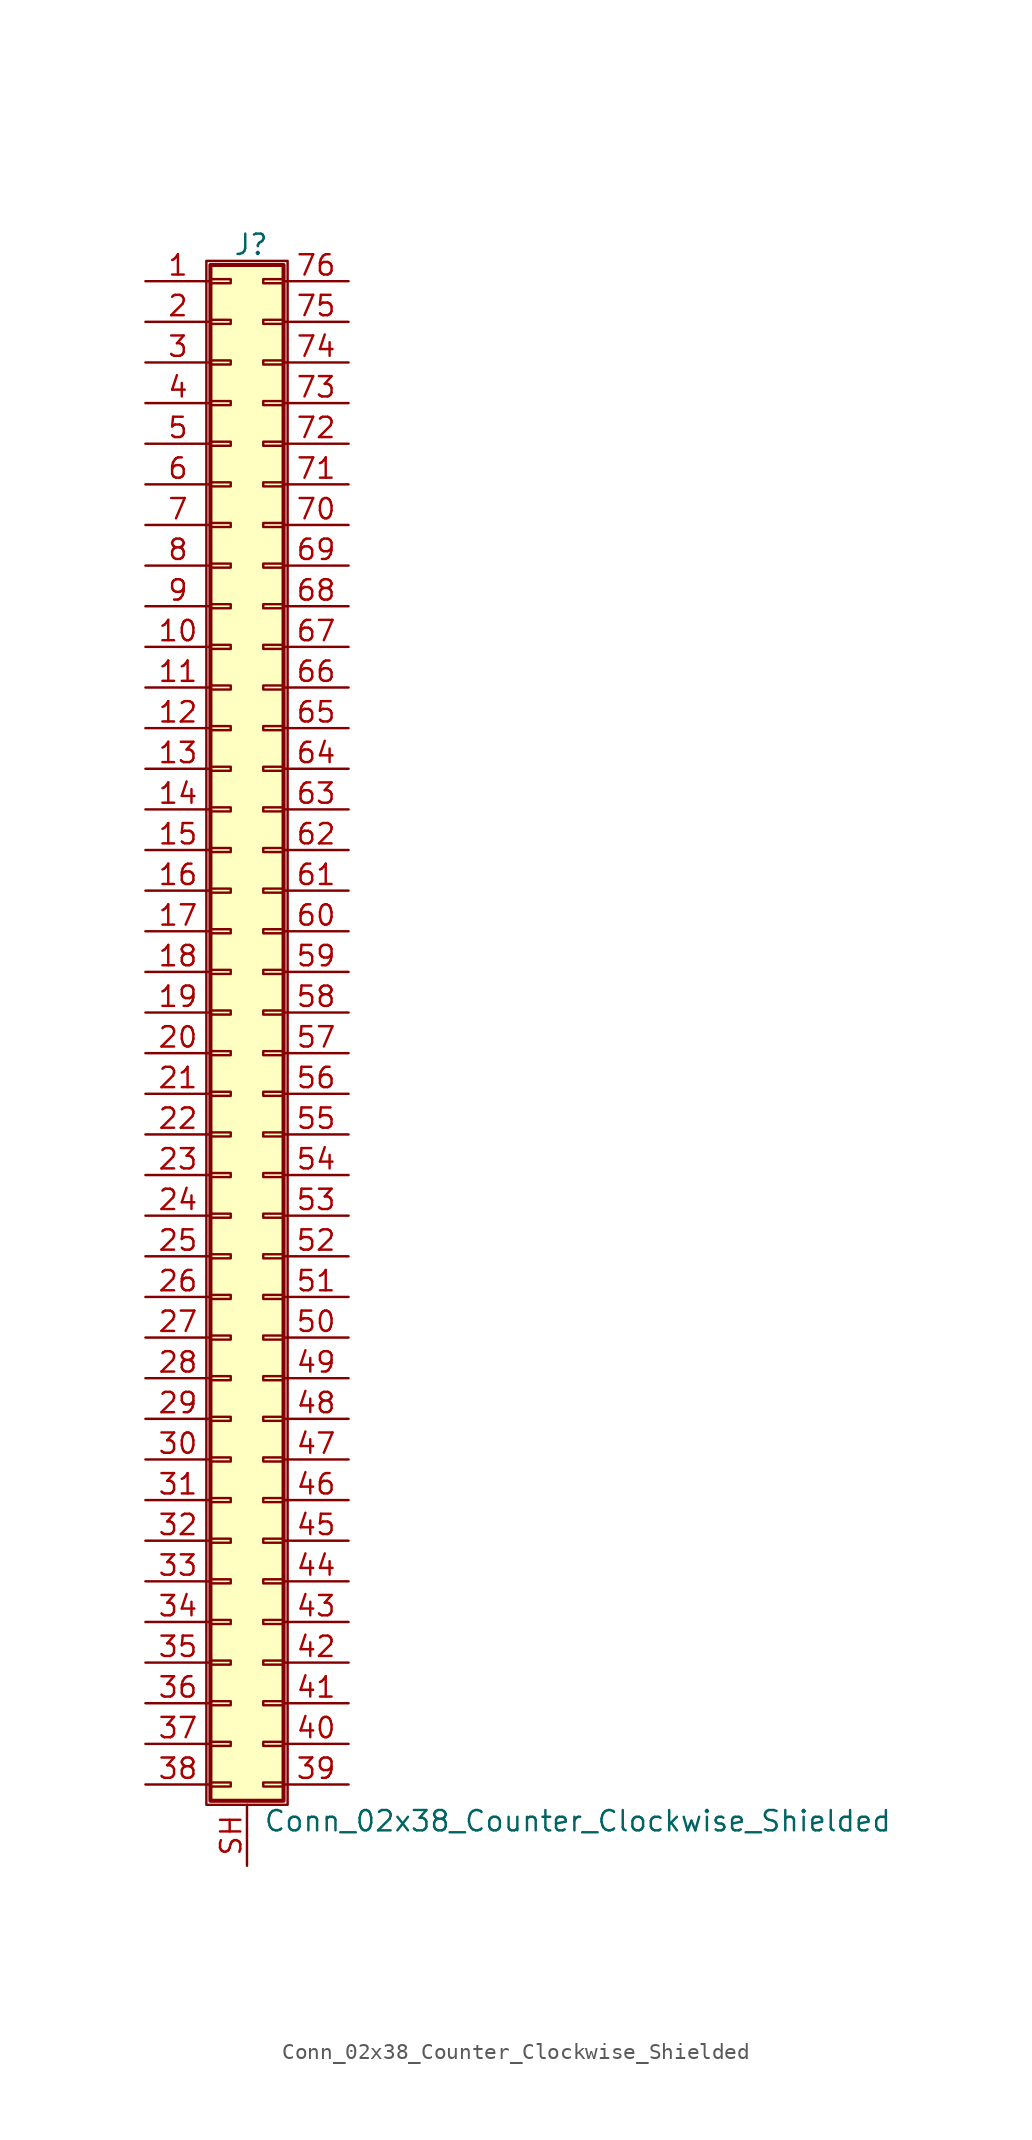
<source format=kicad_sym>
(kicad_symbol_lib
  (version 20201005)
  (generator kicad_symbol_editor)
  (symbol "Connector_Generic_Shielded:Conn_02x38_Counter_Clockwise_Shielded"
    (pin_names
      (offset 1.016) hide)
    (property "Reference" "J"
      (at 1.524 48.006 0)
      (effects (font (size 1.27 1.27))))
    (property "Value" "Conn_02x38_Counter_Clockwise_Shielded"
      (at 2.286 -50.546 0)
      (effects (font (size 1.27 1.27)) (justify left)))
    (symbol "Conn_02x38_Counter_Clockwise_Shielded_1_1"
      (rectangle (start -1.016 -27.813) (end 0.254 -28.067) (stroke (width 0.152)) (fill (type none)))
      (rectangle (start -1.016 -30.353) (end 0.254 -30.607) (stroke (width 0.152)) (fill (type none)))
      (rectangle (start -1.016 -32.893) (end 0.254 -33.147) (stroke (width 0.152)) (fill (type none)))
      (rectangle (start -1.016 -35.433) (end 0.254 -35.687) (stroke (width 0.152)) (fill (type none)))
      (rectangle (start -1.016 -37.973) (end 0.254 -38.227) (stroke (width 0.152)) (fill (type none)))
      (rectangle (start -1.016 -40.513) (end 0.254 -40.767) (stroke (width 0.152)) (fill (type none)))
      (rectangle (start -1.016 -43.053) (end 0.254 -43.307) (stroke (width 0.152)) (fill (type none)))
      (rectangle (start -1.016 -45.593) (end 0.254 -45.847) (stroke (width 0.152)) (fill (type none)))
      (rectangle (start -1.016 -48.133) (end 0.254 -48.387) (stroke (width 0.152)) (fill (type none)))
      (rectangle (start -1.016 -4.953) (end 0.254 -5.207) (stroke (width 0.152)) (fill (type none)))
      (rectangle (start -1.016 -7.493) (end 0.254 -7.747) (stroke (width 0.152)) (fill (type none)))
      (rectangle (start -1.016 -10.033) (end 0.254 -10.287) (stroke (width 0.152)) (fill (type none)))
      (rectangle (start -1.016 -12.573) (end 0.254 -12.827) (stroke (width 0.152)) (fill (type none)))
      (rectangle (start -1.016 -15.113) (end 0.254 -15.367) (stroke (width 0.152)) (fill (type none)))
      (rectangle (start -1.016 -17.653) (end 0.254 -17.907) (stroke (width 0.152)) (fill (type none)))
      (rectangle (start -1.016 -20.193) (end 0.254 -20.447) (stroke (width 0.152)) (fill (type none)))
      (rectangle (start -1.016 -22.733) (end 0.254 -22.987) (stroke (width 0.152)) (fill (type none)))
      (rectangle (start -1.016 -2.413) (end 0.254 -2.667) (stroke (width 0.152)) (fill (type none)))
      (rectangle (start -1.016 -25.273) (end 0.254 -25.527) (stroke (width 0.152)) (fill (type none)))
      (rectangle (start -1.016 25.527) (end 0.254 25.273) (stroke (width 0.152)) (fill (type none)))
      (rectangle (start -1.016 2.667) (end 0.254 2.413) (stroke (width 0.152)) (fill (type none)))
      (rectangle (start -1.016 28.067) (end 0.254 27.813) (stroke (width 0.152)) (fill (type none)))
      (rectangle (start -1.016 30.607) (end 0.254 30.353) (stroke (width 0.152)) (fill (type none)))
      (rectangle (start -1.016 33.147) (end 0.254 32.893) (stroke (width 0.152)) (fill (type none)))
      (rectangle (start -1.016 35.687) (end 0.254 35.433) (stroke (width 0.152)) (fill (type none)))
      (rectangle (start -1.016 38.227) (end 0.254 37.973) (stroke (width 0.152)) (fill (type none)))
      (rectangle (start -1.016 40.767) (end 0.254 40.513) (stroke (width 0.152)) (fill (type none)))
      (rectangle (start -1.016 43.307) (end 0.254 43.053) (stroke (width 0.152)) (fill (type none)))
      (rectangle (start -1.016 45.847) (end 0.254 45.593) (stroke (width 0.152)) (fill (type none)))
      (rectangle (start -1.016 46.736) (end 3.556 -49.276) (stroke (width 0.254)) (fill (type background)))
      (rectangle (start -1.016 5.207) (end 0.254 4.953) (stroke (width 0.152)) (fill (type none)))
      (rectangle (start -1.016 7.747) (end 0.254 7.493) (stroke (width 0.152)) (fill (type none)))
      (rectangle (start -1.016 10.287) (end 0.254 10.033) (stroke (width 0.152)) (fill (type none)))
      (rectangle (start -1.016 0.127) (end 0.254 -0.127) (stroke (width 0.152)) (fill (type none)))
      (rectangle (start -1.016 12.827) (end 0.254 12.573) (stroke (width 0.152)) (fill (type none)))
      (rectangle (start -1.016 15.367) (end 0.254 15.113) (stroke (width 0.152)) (fill (type none)))
      (rectangle (start -1.016 17.907) (end 0.254 17.653) (stroke (width 0.152)) (fill (type none)))
      (rectangle (start -1.016 20.447) (end 0.254 20.193) (stroke (width 0.152)) (fill (type none)))
      (rectangle (start -1.016 22.987) (end 0.254 22.733) (stroke (width 0.152)) (fill (type none)))
      (rectangle (start -1.27 46.99) (end 3.81 -49.53) (stroke (width 0.152)) (fill (type none)))
      (rectangle (start 3.556 -27.813) (end 2.286 -28.067) (stroke (width 0.152)) (fill (type none)))
      (rectangle (start 3.556 -30.353) (end 2.286 -30.607) (stroke (width 0.152)) (fill (type none)))
      (rectangle (start 3.556 -32.893) (end 2.286 -33.147) (stroke (width 0.152)) (fill (type none)))
      (rectangle (start 3.556 -35.433) (end 2.286 -35.687) (stroke (width 0.152)) (fill (type none)))
      (rectangle (start 3.556 -37.973) (end 2.286 -38.227) (stroke (width 0.152)) (fill (type none)))
      (rectangle (start 3.556 -40.513) (end 2.286 -40.767) (stroke (width 0.152)) (fill (type none)))
      (rectangle (start 3.556 -43.053) (end 2.286 -43.307) (stroke (width 0.152)) (fill (type none)))
      (rectangle (start 3.556 -45.593) (end 2.286 -45.847) (stroke (width 0.152)) (fill (type none)))
      (rectangle (start 3.556 -48.133) (end 2.286 -48.387) (stroke (width 0.152)) (fill (type none)))
      (rectangle (start 3.556 -4.953) (end 2.286 -5.207) (stroke (width 0.152)) (fill (type none)))
      (rectangle (start 3.556 -7.493) (end 2.286 -7.747) (stroke (width 0.152)) (fill (type none)))
      (rectangle (start 3.556 -10.033) (end 2.286 -10.287) (stroke (width 0.152)) (fill (type none)))
      (rectangle (start 3.556 -12.573) (end 2.286 -12.827) (stroke (width 0.152)) (fill (type none)))
      (rectangle (start 3.556 -15.113) (end 2.286 -15.367) (stroke (width 0.152)) (fill (type none)))
      (rectangle (start 3.556 -17.653) (end 2.286 -17.907) (stroke (width 0.152)) (fill (type none)))
      (rectangle (start 3.556 -20.193) (end 2.286 -20.447) (stroke (width 0.152)) (fill (type none)))
      (rectangle (start 3.556 -22.733) (end 2.286 -22.987) (stroke (width 0.152)) (fill (type none)))
      (rectangle (start 3.556 -2.413) (end 2.286 -2.667) (stroke (width 0.152)) (fill (type none)))
      (rectangle (start 3.556 -25.273) (end 2.286 -25.527) (stroke (width 0.152)) (fill (type none)))
      (rectangle (start 3.556 25.527) (end 2.286 25.273) (stroke (width 0.152)) (fill (type none)))
      (rectangle (start 3.556 2.667) (end 2.286 2.413) (stroke (width 0.152)) (fill (type none)))
      (rectangle (start 3.556 28.067) (end 2.286 27.813) (stroke (width 0.152)) (fill (type none)))
      (rectangle (start 3.556 30.607) (end 2.286 30.353) (stroke (width 0.152)) (fill (type none)))
      (rectangle (start 3.556 33.147) (end 2.286 32.893) (stroke (width 0.152)) (fill (type none)))
      (rectangle (start 3.556 35.687) (end 2.286 35.433) (stroke (width 0.152)) (fill (type none)))
      (rectangle (start 3.556 38.227) (end 2.286 37.973) (stroke (width 0.152)) (fill (type none)))
      (rectangle (start 3.556 40.767) (end 2.286 40.513) (stroke (width 0.152)) (fill (type none)))
      (rectangle (start 3.556 43.307) (end 2.286 43.053) (stroke (width 0.152)) (fill (type none)))
      (rectangle (start 3.556 45.847) (end 2.286 45.593) (stroke (width 0.152)) (fill (type none)))
      (rectangle (start 3.556 5.207) (end 2.286 4.953) (stroke (width 0.152)) (fill (type none)))
      (rectangle (start 3.556 7.747) (end 2.286 7.493) (stroke (width 0.152)) (fill (type none)))
      (rectangle (start 3.556 10.287) (end 2.286 10.033) (stroke (width 0.152)) (fill (type none)))
      (rectangle (start 3.556 0.127) (end 2.286 -0.127) (stroke (width 0.152)) (fill (type none)))
      (rectangle (start 3.556 12.827) (end 2.286 12.573) (stroke (width 0.152)) (fill (type none)))
      (rectangle (start 3.556 15.367) (end 2.286 15.113) (stroke (width 0.152)) (fill (type none)))
      (rectangle (start 3.556 17.907) (end 2.286 17.653) (stroke (width 0.152)) (fill (type none)))
      (rectangle (start 3.556 20.447) (end 2.286 20.193) (stroke (width 0.152)) (fill (type none)))
      (rectangle (start 3.556 22.987) (end 2.286 22.733) (stroke (width 0.152)) (fill (type none)))
      (pin passive line (at -5.08 45.72 0) (length 4.064) (name "Pin_1" (effects (font (size 1.27 1.27)))) (number "1" (effects (font (size 1.27 1.27)))))
      (pin passive line (at -5.08 22.86 0) (length 4.064) (name "Pin_10" (effects (font (size 1.27 1.27)))) (number "10" (effects (font (size 1.27 1.27)))))
      (pin passive line (at -5.08 20.32 0) (length 4.064) (name "Pin_11" (effects (font (size 1.27 1.27)))) (number "11" (effects (font (size 1.27 1.27)))))
      (pin passive line (at -5.08 17.78 0) (length 4.064) (name "Pin_12" (effects (font (size 1.27 1.27)))) (number "12" (effects (font (size 1.27 1.27)))))
      (pin passive line (at -5.08 15.24 0) (length 4.064) (name "Pin_13" (effects (font (size 1.27 1.27)))) (number "13" (effects (font (size 1.27 1.27)))))
      (pin passive line (at -5.08 12.7 0) (length 4.064) (name "Pin_14" (effects (font (size 1.27 1.27)))) (number "14" (effects (font (size 1.27 1.27)))))
      (pin passive line (at -5.08 10.16 0) (length 4.064) (name "Pin_15" (effects (font (size 1.27 1.27)))) (number "15" (effects (font (size 1.27 1.27)))))
      (pin passive line (at -5.08 7.62 0) (length 4.064) (name "Pin_16" (effects (font (size 1.27 1.27)))) (number "16" (effects (font (size 1.27 1.27)))))
      (pin passive line (at -5.08 5.08 0) (length 4.064) (name "Pin_17" (effects (font (size 1.27 1.27)))) (number "17" (effects (font (size 1.27 1.27)))))
      (pin passive line (at -5.08 2.54 0) (length 4.064) (name "Pin_18" (effects (font (size 1.27 1.27)))) (number "18" (effects (font (size 1.27 1.27)))))
      (pin passive line (at -5.08 0 0) (length 4.064) (name "Pin_19" (effects (font (size 1.27 1.27)))) (number "19" (effects (font (size 1.27 1.27)))))
      (pin passive line (at -5.08 43.18 0) (length 4.064) (name "Pin_2" (effects (font (size 1.27 1.27)))) (number "2" (effects (font (size 1.27 1.27)))))
      (pin passive line (at -5.08 -2.54 0) (length 4.064) (name "Pin_20" (effects (font (size 1.27 1.27)))) (number "20" (effects (font (size 1.27 1.27)))))
      (pin passive line (at -5.08 -5.08 0) (length 4.064) (name "Pin_21" (effects (font (size 1.27 1.27)))) (number "21" (effects (font (size 1.27 1.27)))))
      (pin passive line (at -5.08 -7.62 0) (length 4.064) (name "Pin_22" (effects (font (size 1.27 1.27)))) (number "22" (effects (font (size 1.27 1.27)))))
      (pin passive line (at -5.08 -10.16 0) (length 4.064) (name "Pin_23" (effects (font (size 1.27 1.27)))) (number "23" (effects (font (size 1.27 1.27)))))
      (pin passive line (at -5.08 -12.7 0) (length 4.064) (name "Pin_24" (effects (font (size 1.27 1.27)))) (number "24" (effects (font (size 1.27 1.27)))))
      (pin passive line (at -5.08 -15.24 0) (length 4.064) (name "Pin_25" (effects (font (size 1.27 1.27)))) (number "25" (effects (font (size 1.27 1.27)))))
      (pin passive line (at -5.08 -17.78 0) (length 4.064) (name "Pin_26" (effects (font (size 1.27 1.27)))) (number "26" (effects (font (size 1.27 1.27)))))
      (pin passive line (at -5.08 -20.32 0) (length 4.064) (name "Pin_27" (effects (font (size 1.27 1.27)))) (number "27" (effects (font (size 1.27 1.27)))))
      (pin passive line (at -5.08 -22.86 0) (length 4.064) (name "Pin_28" (effects (font (size 1.27 1.27)))) (number "28" (effects (font (size 1.27 1.27)))))
      (pin passive line (at -5.08 -25.4 0) (length 4.064) (name "Pin_29" (effects (font (size 1.27 1.27)))) (number "29" (effects (font (size 1.27 1.27)))))
      (pin passive line (at -5.08 40.64 0) (length 4.064) (name "Pin_3" (effects (font (size 1.27 1.27)))) (number "3" (effects (font (size 1.27 1.27)))))
      (pin passive line (at -5.08 -27.94 0) (length 4.064) (name "Pin_30" (effects (font (size 1.27 1.27)))) (number "30" (effects (font (size 1.27 1.27)))))
      (pin passive line (at -5.08 -30.48 0) (length 4.064) (name "Pin_31" (effects (font (size 1.27 1.27)))) (number "31" (effects (font (size 1.27 1.27)))))
      (pin passive line (at -5.08 -33.02 0) (length 4.064) (name "Pin_32" (effects (font (size 1.27 1.27)))) (number "32" (effects (font (size 1.27 1.27)))))
      (pin passive line (at -5.08 -35.56 0) (length 4.064) (name "Pin_33" (effects (font (size 1.27 1.27)))) (number "33" (effects (font (size 1.27 1.27)))))
      (pin passive line (at -5.08 -38.1 0) (length 4.064) (name "Pin_34" (effects (font (size 1.27 1.27)))) (number "34" (effects (font (size 1.27 1.27)))))
      (pin passive line (at -5.08 -40.64 0) (length 4.064) (name "Pin_35" (effects (font (size 1.27 1.27)))) (number "35" (effects (font (size 1.27 1.27)))))
      (pin passive line (at -5.08 -43.18 0) (length 4.064) (name "Pin_36" (effects (font (size 1.27 1.27)))) (number "36" (effects (font (size 1.27 1.27)))))
      (pin passive line (at -5.08 -45.72 0) (length 4.064) (name "Pin_37" (effects (font (size 1.27 1.27)))) (number "37" (effects (font (size 1.27 1.27)))))
      (pin passive line (at -5.08 -48.26 0) (length 4.064) (name "Pin_38" (effects (font (size 1.27 1.27)))) (number "38" (effects (font (size 1.27 1.27)))))
      (pin passive line (at 7.62 -48.26 180) (length 4.064) (name "Pin_39" (effects (font (size 1.27 1.27)))) (number "39" (effects (font (size 1.27 1.27)))))
      (pin passive line (at -5.08 38.1 0) (length 4.064) (name "Pin_4" (effects (font (size 1.27 1.27)))) (number "4" (effects (font (size 1.27 1.27)))))
      (pin passive line (at 7.62 -45.72 180) (length 4.064) (name "Pin_40" (effects (font (size 1.27 1.27)))) (number "40" (effects (font (size 1.27 1.27)))))
      (pin passive line (at 7.62 -43.18 180) (length 4.064) (name "Pin_41" (effects (font (size 1.27 1.27)))) (number "41" (effects (font (size 1.27 1.27)))))
      (pin passive line (at 7.62 -40.64 180) (length 4.064) (name "Pin_42" (effects (font (size 1.27 1.27)))) (number "42" (effects (font (size 1.27 1.27)))))
      (pin passive line (at 7.62 -38.1 180) (length 4.064) (name "Pin_43" (effects (font (size 1.27 1.27)))) (number "43" (effects (font (size 1.27 1.27)))))
      (pin passive line (at 7.62 -35.56 180) (length 4.064) (name "Pin_44" (effects (font (size 1.27 1.27)))) (number "44" (effects (font (size 1.27 1.27)))))
      (pin passive line (at 7.62 -33.02 180) (length 4.064) (name "Pin_45" (effects (font (size 1.27 1.27)))) (number "45" (effects (font (size 1.27 1.27)))))
      (pin passive line (at 7.62 -30.48 180) (length 4.064) (name "Pin_46" (effects (font (size 1.27 1.27)))) (number "46" (effects (font (size 1.27 1.27)))))
      (pin passive line (at 7.62 -27.94 180) (length 4.064) (name "Pin_47" (effects (font (size 1.27 1.27)))) (number "47" (effects (font (size 1.27 1.27)))))
      (pin passive line (at 7.62 -25.4 180) (length 4.064) (name "Pin_48" (effects (font (size 1.27 1.27)))) (number "48" (effects (font (size 1.27 1.27)))))
      (pin passive line (at 7.62 -22.86 180) (length 4.064) (name "Pin_49" (effects (font (size 1.27 1.27)))) (number "49" (effects (font (size 1.27 1.27)))))
      (pin passive line (at -5.08 35.56 0) (length 4.064) (name "Pin_5" (effects (font (size 1.27 1.27)))) (number "5" (effects (font (size 1.27 1.27)))))
      (pin passive line (at 7.62 -20.32 180) (length 4.064) (name "Pin_50" (effects (font (size 1.27 1.27)))) (number "50" (effects (font (size 1.27 1.27)))))
      (pin passive line (at 7.62 -17.78 180) (length 4.064) (name "Pin_51" (effects (font (size 1.27 1.27)))) (number "51" (effects (font (size 1.27 1.27)))))
      (pin passive line (at 7.62 -15.24 180) (length 4.064) (name "Pin_52" (effects (font (size 1.27 1.27)))) (number "52" (effects (font (size 1.27 1.27)))))
      (pin passive line (at 7.62 -12.7 180) (length 4.064) (name "Pin_53" (effects (font (size 1.27 1.27)))) (number "53" (effects (font (size 1.27 1.27)))))
      (pin passive line (at 7.62 -10.16 180) (length 4.064) (name "Pin_54" (effects (font (size 1.27 1.27)))) (number "54" (effects (font (size 1.27 1.27)))))
      (pin passive line (at 7.62 -7.62 180) (length 4.064) (name "Pin_55" (effects (font (size 1.27 1.27)))) (number "55" (effects (font (size 1.27 1.27)))))
      (pin passive line (at 7.62 -5.08 180) (length 4.064) (name "Pin_56" (effects (font (size 1.27 1.27)))) (number "56" (effects (font (size 1.27 1.27)))))
      (pin passive line (at 7.62 -2.54 180) (length 4.064) (name "Pin_57" (effects (font (size 1.27 1.27)))) (number "57" (effects (font (size 1.27 1.27)))))
      (pin passive line (at 7.62 0 180) (length 4.064) (name "Pin_58" (effects (font (size 1.27 1.27)))) (number "58" (effects (font (size 1.27 1.27)))))
      (pin passive line (at 7.62 2.54 180) (length 4.064) (name "Pin_59" (effects (font (size 1.27 1.27)))) (number "59" (effects (font (size 1.27 1.27)))))
      (pin passive line (at -5.08 33.02 0) (length 4.064) (name "Pin_6" (effects (font (size 1.27 1.27)))) (number "6" (effects (font (size 1.27 1.27)))))
      (pin passive line (at 7.62 5.08 180) (length 4.064) (name "Pin_60" (effects (font (size 1.27 1.27)))) (number "60" (effects (font (size 1.27 1.27)))))
      (pin passive line (at 7.62 7.62 180) (length 4.064) (name "Pin_61" (effects (font (size 1.27 1.27)))) (number "61" (effects (font (size 1.27 1.27)))))
      (pin passive line (at 7.62 10.16 180) (length 4.064) (name "Pin_62" (effects (font (size 1.27 1.27)))) (number "62" (effects (font (size 1.27 1.27)))))
      (pin passive line (at 7.62 12.7 180) (length 4.064) (name "Pin_63" (effects (font (size 1.27 1.27)))) (number "63" (effects (font (size 1.27 1.27)))))
      (pin passive line (at 7.62 15.24 180) (length 4.064) (name "Pin_64" (effects (font (size 1.27 1.27)))) (number "64" (effects (font (size 1.27 1.27)))))
      (pin passive line (at 7.62 17.78 180) (length 4.064) (name "Pin_65" (effects (font (size 1.27 1.27)))) (number "65" (effects (font (size 1.27 1.27)))))
      (pin passive line (at 7.62 20.32 180) (length 4.064) (name "Pin_66" (effects (font (size 1.27 1.27)))) (number "66" (effects (font (size 1.27 1.27)))))
      (pin passive line (at 7.62 22.86 180) (length 4.064) (name "Pin_67" (effects (font (size 1.27 1.27)))) (number "67" (effects (font (size 1.27 1.27)))))
      (pin passive line (at 7.62 25.4 180) (length 4.064) (name "Pin_68" (effects (font (size 1.27 1.27)))) (number "68" (effects (font (size 1.27 1.27)))))
      (pin passive line (at 7.62 27.94 180) (length 4.064) (name "Pin_69" (effects (font (size 1.27 1.27)))) (number "69" (effects (font (size 1.27 1.27)))))
      (pin passive line (at -5.08 30.48 0) (length 4.064) (name "Pin_7" (effects (font (size 1.27 1.27)))) (number "7" (effects (font (size 1.27 1.27)))))
      (pin passive line (at 7.62 30.48 180) (length 4.064) (name "Pin_70" (effects (font (size 1.27 1.27)))) (number "70" (effects (font (size 1.27 1.27)))))
      (pin passive line (at 7.62 33.02 180) (length 4.064) (name "Pin_71" (effects (font (size 1.27 1.27)))) (number "71" (effects (font (size 1.27 1.27)))))
      (pin passive line (at 7.62 35.56 180) (length 4.064) (name "Pin_72" (effects (font (size 1.27 1.27)))) (number "72" (effects (font (size 1.27 1.27)))))
      (pin passive line (at 7.62 38.1 180) (length 4.064) (name "Pin_73" (effects (font (size 1.27 1.27)))) (number "73" (effects (font (size 1.27 1.27)))))
      (pin passive line (at 7.62 40.64 180) (length 4.064) (name "Pin_74" (effects (font (size 1.27 1.27)))) (number "74" (effects (font (size 1.27 1.27)))))
      (pin passive line (at 7.62 43.18 180) (length 4.064) (name "Pin_75" (effects (font (size 1.27 1.27)))) (number "75" (effects (font (size 1.27 1.27)))))
      (pin passive line (at 7.62 45.72 180) (length 4.064) (name "Pin_76" (effects (font (size 1.27 1.27)))) (number "76" (effects (font (size 1.27 1.27)))))
      (pin passive line (at -5.08 27.94 0) (length 4.064) (name "Pin_8" (effects (font (size 1.27 1.27)))) (number "8" (effects (font (size 1.27 1.27)))))
      (pin passive line (at -5.08 25.4 0) (length 4.064) (name "Pin_9" (effects (font (size 1.27 1.27)))) (number "9" (effects (font (size 1.27 1.27)))))
      (pin passive line (at 1.27 -53.34 90) (length 3.81) (name "Shield" (effects (font (size 1.27 1.27)))) (number "SH" (effects (font (size 1.27 1.27))))))))
</source>
